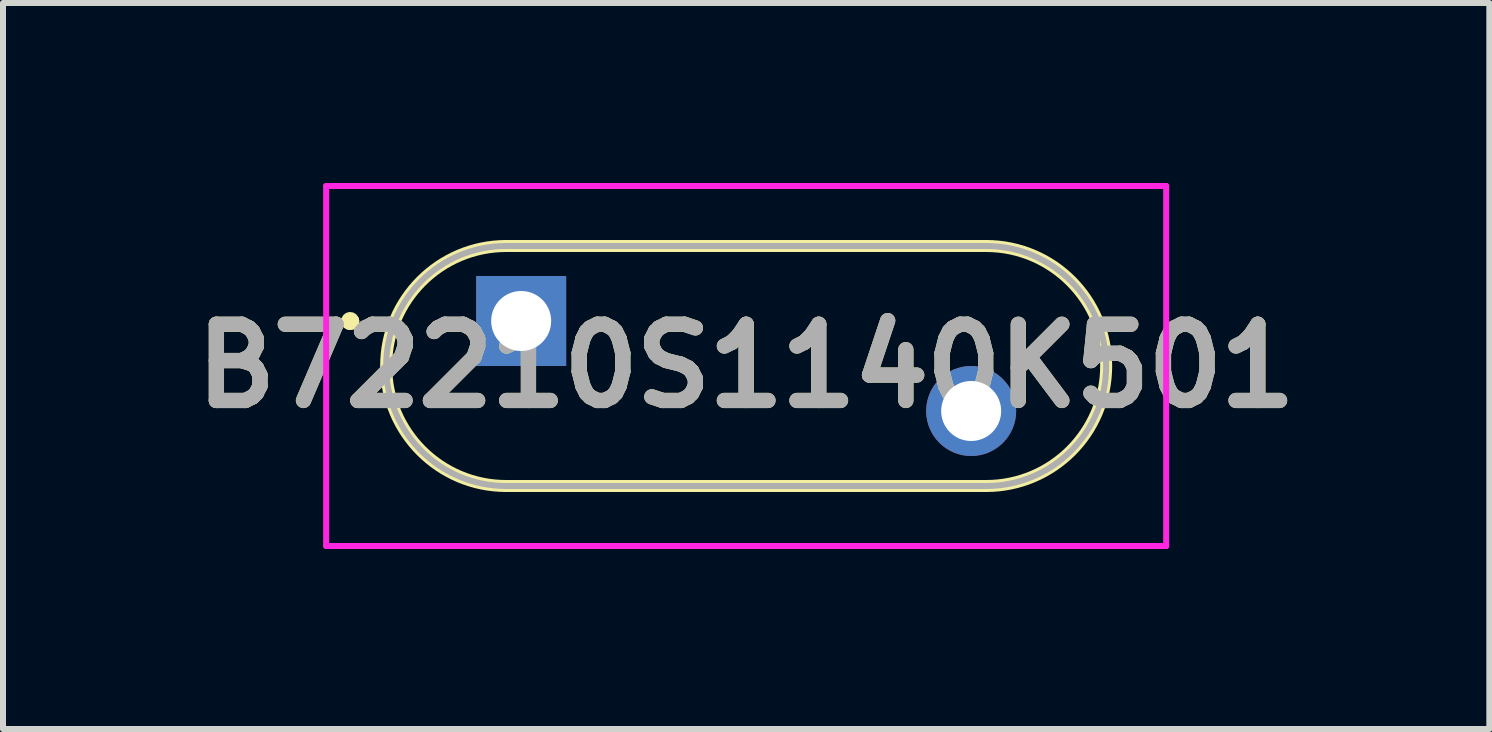
<source format=kicad_pcb>
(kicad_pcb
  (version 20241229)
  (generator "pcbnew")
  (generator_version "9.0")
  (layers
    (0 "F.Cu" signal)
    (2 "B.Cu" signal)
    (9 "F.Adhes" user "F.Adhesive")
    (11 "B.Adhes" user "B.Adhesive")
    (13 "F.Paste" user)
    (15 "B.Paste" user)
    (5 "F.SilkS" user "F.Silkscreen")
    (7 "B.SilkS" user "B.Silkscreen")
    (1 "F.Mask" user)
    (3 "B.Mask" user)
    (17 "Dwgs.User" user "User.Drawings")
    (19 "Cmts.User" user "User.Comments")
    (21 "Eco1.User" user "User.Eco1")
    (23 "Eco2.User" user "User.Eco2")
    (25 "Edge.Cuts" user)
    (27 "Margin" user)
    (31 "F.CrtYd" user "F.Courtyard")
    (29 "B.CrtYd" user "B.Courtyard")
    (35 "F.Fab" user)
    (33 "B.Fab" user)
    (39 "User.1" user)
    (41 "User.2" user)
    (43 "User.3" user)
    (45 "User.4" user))
  (footprint "B72210S1140K501"
    (layer "F.Cu")
    (at 5.636 2.3)
    (property "Reference" "B72210S1140K501" (at 3.75 0.75 0) (layer "F.SilkS") (effects (font (size 1.27 1.27) (thickness 0.254))))
    (attr through_hole)
    (fp_line (start -2.9 0) (end -2.9 0) (stroke (width 0.2) (type solid)) (layer "F.SilkS"))
    (fp_line (start -2.9 0) (end -2.9 0) (stroke (width 0.2) (type solid)) (layer "F.SilkS"))
    (fp_line (start -2.8 0) (end -2.8 0) (stroke (width 0.2) (type solid)) (layer "F.SilkS"))
    (fp_line (start -0.25 -1.25) (end 7.75 -1.25) (stroke (width 0.2) (type solid)) (layer "F.SilkS"))
    (fp_line (start -0.25 2.75) (end -0.25 2.75) (stroke (width 0.2) (type solid)) (layer "F.SilkS"))
    (fp_line (start 7.75 -1.25) (end 7.75 -1.25) (stroke (width 0.2) (type solid)) (layer "F.SilkS"))
    (fp_line (start 7.75 2.75) (end -0.25 2.75) (stroke (width 0.2) (type solid)) (layer "F.SilkS"))
    (fp_arc (start -2.9 0) (mid -2.85 -0.05) (end -2.8 0) (stroke (width 0.2) (type solid)) (layer "F.SilkS"))
    (fp_arc (start -2.8 0) (mid -2.85 0.05) (end -2.9 0) (stroke (width 0.2) (type solid)) (layer "F.SilkS"))
    (fp_arc (start -2.8 0) (mid -2.85 0.05) (end -2.9 0) (stroke (width 0.2) (type solid)) (layer "F.SilkS"))
    (fp_arc (start -0.25 2.75) (mid -2.25 0.75) (end -0.25 -1.25) (stroke (width 0.2) (type solid)) (layer "F.SilkS"))
    (fp_arc (start 7.75 -1.25) (mid 9.75 0.75) (end 7.75 2.75) (stroke (width 0.2) (type solid)) (layer "F.SilkS"))
    (fp_line (start -3.25 -2.25) (end -3.25 3.75) (stroke (width 0.1) (type solid)) (layer "F.CrtYd"))
    (fp_line (start -3.25 3.75) (end 10.75 3.75) (stroke (width 0.1) (type solid)) (layer "F.CrtYd"))
    (fp_line (start 10.75 -2.25) (end -3.25 -2.25) (stroke (width 0.1) (type solid)) (layer "F.CrtYd"))
    (fp_line (start 10.75 3.75) (end 10.75 -2.25) (stroke (width 0.1) (type solid)) (layer "F.CrtYd"))
    (fp_line (start -0.25 -1.25) (end 7.75 -1.25) (stroke (width 0.1) (type solid)) (layer "F.Fab"))
    (fp_line (start -0.25 2.75) (end -0.25 2.75) (stroke (width 0.1) (type solid)) (layer "F.Fab"))
    (fp_line (start 7.75 -1.25) (end 7.75 -1.25) (stroke (width 0.1) (type solid)) (layer "F.Fab"))
    (fp_line (start 7.75 2.75) (end -0.25 2.75) (stroke (width 0.1) (type solid)) (layer "F.Fab"))
    (fp_arc (start -0.25 2.75) (mid -2.25 0.75) (end -0.25 -1.25) (stroke (width 0.1) (type solid)) (layer "F.Fab"))
    (fp_arc (start 7.75 -1.25) (mid 9.75 0.75) (end 7.75 2.75) (stroke (width 0.1) (type solid)) (layer "F.Fab"))
    (fp_text user "${REFERENCE}" (at 3.75 0.75 0) (layer "F.Fab") (effects (font (size 1.27 1.27) (thickness 0.254))))
    (pad "1" thru_hole rect (at 0 0) (size 1.5 1.5) (drill 1) (layers "*.Cu" "*.Mask"))
    (pad "2" thru_hole circle (at 7.5 1.5) (size 1.5 1.5) (drill 1) (layers "*.Cu" "*.Mask")))
  (gr_rect
    (start -3 -3)
    (end 21.772 9.1)
    (stroke (width 0.1) (type default))
    (fill no)
    (layer "Edge.Cuts")))
</source>
